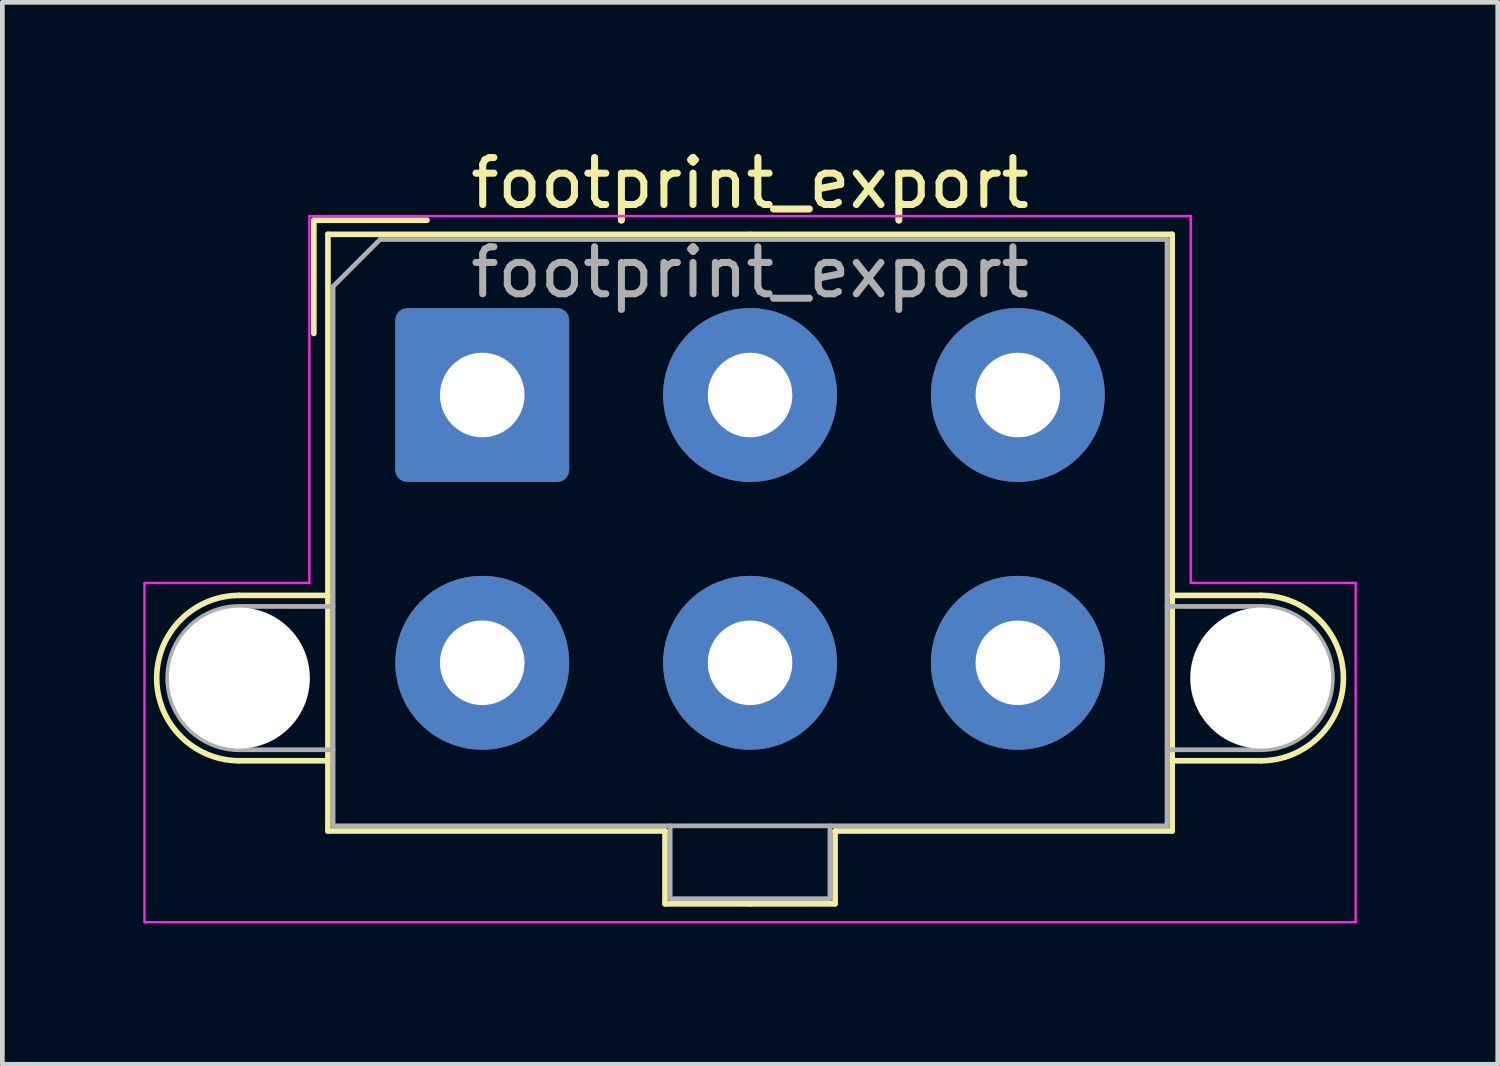
<source format=kicad_pcb>
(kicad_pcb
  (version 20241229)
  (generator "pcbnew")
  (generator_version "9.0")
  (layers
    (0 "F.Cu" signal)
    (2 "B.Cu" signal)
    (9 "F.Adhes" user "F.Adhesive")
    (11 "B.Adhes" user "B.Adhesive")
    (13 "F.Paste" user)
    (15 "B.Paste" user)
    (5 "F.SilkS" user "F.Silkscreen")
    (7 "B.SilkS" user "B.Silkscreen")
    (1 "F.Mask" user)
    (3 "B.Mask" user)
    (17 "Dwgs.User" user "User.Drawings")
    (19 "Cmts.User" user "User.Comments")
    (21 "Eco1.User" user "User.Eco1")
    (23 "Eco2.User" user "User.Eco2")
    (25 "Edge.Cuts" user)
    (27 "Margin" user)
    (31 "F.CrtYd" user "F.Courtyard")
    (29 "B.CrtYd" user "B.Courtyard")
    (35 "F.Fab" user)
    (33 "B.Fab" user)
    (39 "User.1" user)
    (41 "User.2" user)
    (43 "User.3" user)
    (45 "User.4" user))
  (footprint "footprint_export"
    (layer "F.Cu")
    (at 7.215 5.358)
    (property "Reference" "footprint_export" (at 5.7 -4.51 0) (layer "F.SilkS") (effects (font (size 1 1) (thickness 0.15))))
    (attr through_hole)
    (fp_line (start -5.17 4.265) (end -3.285 4.265) (stroke (width 0.12) (type solid)) (layer "F.SilkS"))
    (fp_line (start -5.17 7.785) (end -3.285 7.785) (stroke (width 0.12) (type solid)) (layer "F.SilkS"))
    (fp_line (start -3.585 -3.72) (end -1.175 -3.72) (stroke (width 0.12) (type solid)) (layer "F.SilkS"))
    (fp_line (start -3.585 -1.31) (end -3.585 -3.72) (stroke (width 0.12) (type solid)) (layer "F.SilkS"))
    (fp_line (start -3.285 -3.42) (end -3.285 9.28) (stroke (width 0.12) (type solid)) (layer "F.SilkS"))
    (fp_line (start -3.285 9.28) (end 3.89 9.28) (stroke (width 0.12) (type solid)) (layer "F.SilkS"))
    (fp_line (start 3.89 9.28) (end 3.89 10.83) (stroke (width 0.12) (type solid)) (layer "F.SilkS"))
    (fp_line (start 3.89 10.83) (end 5.7 10.83) (stroke (width 0.12) (type solid)) (layer "F.SilkS"))
    (fp_line (start 5.7 -3.42) (end -3.285 -3.42) (stroke (width 0.12) (type solid)) (layer "F.SilkS"))
    (fp_line (start 5.7 -3.42) (end 14.685 -3.42) (stroke (width 0.12) (type solid)) (layer "F.SilkS"))
    (fp_line (start 7.51 9.28) (end 7.51 10.83) (stroke (width 0.12) (type solid)) (layer "F.SilkS"))
    (fp_line (start 7.51 10.83) (end 5.7 10.83) (stroke (width 0.12) (type solid)) (layer "F.SilkS"))
    (fp_line (start 14.685 -3.42) (end 14.685 9.28) (stroke (width 0.12) (type solid)) (layer "F.SilkS"))
    (fp_line (start 14.685 9.28) (end 7.51 9.28) (stroke (width 0.12) (type solid)) (layer "F.SilkS"))
    (fp_line (start 16.57 4.265) (end 14.685 4.265) (stroke (width 0.12) (type solid)) (layer "F.SilkS"))
    (fp_line (start 16.57 7.785) (end 14.685 7.785) (stroke (width 0.12) (type solid)) (layer "F.SilkS"))
    (fp_arc (start -5.17 7.785) (mid -6.93 6.025) (end -5.17 4.265) (stroke (width 0.12) (type solid)) (layer "F.SilkS"))
    (fp_arc (start 16.57 4.265) (mid 18.33 6.025) (end 16.57 7.785) (stroke (width 0.12) (type solid)) (layer "F.SilkS"))
    (fp_line (start -7.19 4) (end -7.19 11.22) (stroke (width 0.05) (type solid)) (layer "F.CrtYd"))
    (fp_line (start -7.19 11.22) (end 18.59 11.22) (stroke (width 0.05) (type solid)) (layer "F.CrtYd"))
    (fp_line (start -3.68 -3.81) (end -3.68 4) (stroke (width 0.05) (type solid)) (layer "F.CrtYd"))
    (fp_line (start -3.68 4) (end -7.19 4) (stroke (width 0.05) (type solid)) (layer "F.CrtYd"))
    (fp_line (start 15.08 -3.81) (end -3.68 -3.81) (stroke (width 0.05) (type solid)) (layer "F.CrtYd"))
    (fp_line (start 15.08 4) (end 15.08 -3.81) (stroke (width 0.05) (type solid)) (layer "F.CrtYd"))
    (fp_line (start 18.59 4) (end 15.08 4) (stroke (width 0.05) (type solid)) (layer "F.CrtYd"))
    (fp_line (start 18.59 11.22) (end 18.59 4) (stroke (width 0.05) (type solid)) (layer "F.CrtYd"))
    (fp_line (start -5.17 4.5) (end -3.175 4.5) (stroke (width 0.1) (type solid)) (layer "F.Fab"))
    (fp_line (start -5.17 7.55) (end -3.175 7.55) (stroke (width 0.1) (type solid)) (layer "F.Fab"))
    (fp_line (start -3.175 -2.31) (end -3.175 9.17) (stroke (width 0.1) (type solid)) (layer "F.Fab"))
    (fp_line (start -3.175 9.17) (end 14.575 9.17) (stroke (width 0.1) (type solid)) (layer "F.Fab"))
    (fp_line (start -2.175 -3.31) (end -3.175 -2.31) (stroke (width 0.1) (type solid)) (layer "F.Fab"))
    (fp_line (start 4 9.17) (end 4 10.72) (stroke (width 0.1) (type solid)) (layer "F.Fab"))
    (fp_line (start 4 10.72) (end 7.4 10.72) (stroke (width 0.1) (type solid)) (layer "F.Fab"))
    (fp_line (start 7.4 10.72) (end 7.4 9.17) (stroke (width 0.1) (type solid)) (layer "F.Fab"))
    (fp_line (start 14.575 -3.31) (end -2.175 -3.31) (stroke (width 0.1) (type solid)) (layer "F.Fab"))
    (fp_line (start 14.575 9.17) (end 14.575 -3.31) (stroke (width 0.1) (type solid)) (layer "F.Fab"))
    (fp_line (start 16.57 4.5) (end 14.575 4.5) (stroke (width 0.1) (type solid)) (layer "F.Fab"))
    (fp_line (start 16.57 7.55) (end 14.575 7.55) (stroke (width 0.1) (type solid)) (layer "F.Fab"))
    (fp_arc (start -5.17 7.55) (mid -6.695 6.025) (end -5.17 4.5) (stroke (width 0.1) (type solid)) (layer "F.Fab"))
    (fp_arc (start 16.57 4.5) (mid 18.095 6.025) (end 16.57 7.55) (stroke (width 0.1) (type solid)) (layer "F.Fab"))
    (fp_text user "${REFERENCE}" (at 5.7 -2.61 0) (layer "F.Fab") (effects (font (size 1 1) (thickness 0.15))))
    (pad "" np_thru_hole circle (at -5.17 6.025) (size 3 3) (drill 3) (layers "*.Cu" "*.Mask"))
    (pad "" np_thru_hole circle (at 16.57 6.025) (size 3 3) (drill 3) (layers "*.Cu" "*.Mask"))
    (pad "1" thru_hole roundrect (at 0 0) (size 3.7 3.7) (drill 1.8) (layers "*.Cu" "*.Mask") (roundrect_rratio 0.068))
    (pad "2" thru_hole circle (at 5.7 0) (size 3.7 3.7) (drill 1.8) (layers "*.Cu" "*.Mask"))
    (pad "3" thru_hole circle (at 11.4 0) (size 3.7 3.7) (drill 1.8) (layers "*.Cu" "*.Mask"))
    (pad "4" thru_hole circle (at 0 5.7) (size 3.7 3.7) (drill 1.8) (layers "*.Cu" "*.Mask"))
    (pad "5" thru_hole circle (at 5.7 5.7) (size 3.7 3.7) (drill 1.8) (layers "*.Cu" "*.Mask"))
    (pad "6" thru_hole circle (at 11.4 5.7) (size 3.7 3.7) (drill 1.8) (layers "*.Cu" "*.Mask")))
  (gr_rect
    (start -3 -3)
    (end 28.83 19.603)
    (stroke (width 0.1) (type default))
    (fill no)
    (layer "Edge.Cuts")))
</source>
